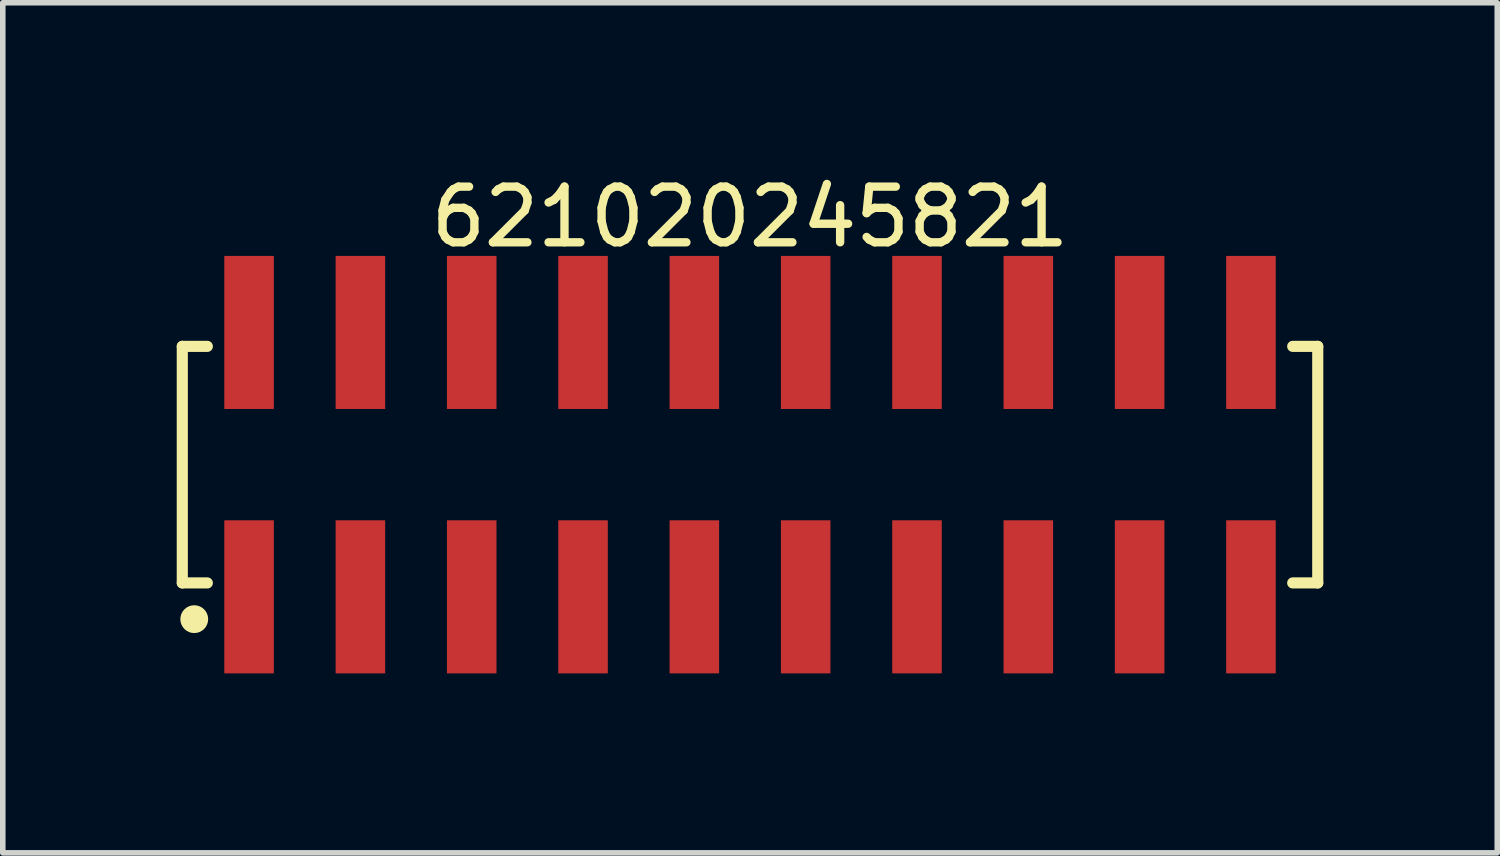
<source format=kicad_pcb>
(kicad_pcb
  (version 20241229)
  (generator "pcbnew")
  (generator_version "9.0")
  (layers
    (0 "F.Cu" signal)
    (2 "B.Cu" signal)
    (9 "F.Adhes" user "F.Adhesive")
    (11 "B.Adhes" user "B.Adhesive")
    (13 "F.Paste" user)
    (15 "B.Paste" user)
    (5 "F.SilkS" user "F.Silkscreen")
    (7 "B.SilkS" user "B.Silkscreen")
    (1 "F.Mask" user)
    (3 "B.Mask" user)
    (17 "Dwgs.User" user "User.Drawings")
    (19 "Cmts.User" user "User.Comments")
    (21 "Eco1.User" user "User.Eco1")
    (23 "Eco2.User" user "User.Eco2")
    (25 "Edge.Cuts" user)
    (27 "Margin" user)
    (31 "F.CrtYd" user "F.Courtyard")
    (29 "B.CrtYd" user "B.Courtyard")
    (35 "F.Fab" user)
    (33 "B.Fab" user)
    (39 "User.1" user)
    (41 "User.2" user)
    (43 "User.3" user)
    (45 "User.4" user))
  (footprint "621020245821"
    (layer "F.Cu")
    (at 10.425 5.298)
    (property "Reference" "621020245821" (at 0 -4.45 0) (layer "F.SilkS") (effects (font (size 1 1) (thickness 0.15))))
    (fp_line (start -10.2 -2.125) (end -9.75 -2.125) (stroke (width 0.2) (type solid)) (layer "F.SilkS"))
    (fp_line (start -10.2 2.125) (end -10.2 -2.125) (stroke (width 0.2) (type solid)) (layer "F.SilkS"))
    (fp_line (start -10.2 2.125) (end -9.75 2.125) (stroke (width 0.2) (type solid)) (layer "F.SilkS"))
    (fp_line (start 9.75 -2.125) (end 10.2 -2.125) (stroke (width 0.2) (type solid)) (layer "F.SilkS"))
    (fp_line (start 9.75 2.125) (end 10.2 2.125) (stroke (width 0.2) (type solid)) (layer "F.SilkS"))
    (fp_line (start 10.2 2.125) (end 10.2 -2.125) (stroke (width 0.2) (type solid)) (layer "F.SilkS"))
    (fp_circle (center -9.985 2.776) (end -9.985 2.651) (stroke (width 0.25) (type solid)) (fill no) (layer "F.SilkS"))
    (fp_line (start -10.4 -3.95) (end 10.4 -3.95) (stroke (width 0.05) (type solid)) (layer "Eco2.User"))
    (fp_line (start -10.4 3.95) (end -10.4 -3.95) (stroke (width 0.05) (type solid)) (layer "Eco2.User"))
    (fp_line (start -10.4 3.95) (end 10.4 3.95) (stroke (width 0.05) (type solid)) (layer "Eco2.User"))
    (fp_line (start -10 -2) (end 10 -2) (stroke (width 0.1) (type solid)) (layer "Eco2.User"))
    (fp_line (start -10 2) (end -10 -2) (stroke (width 0.1) (type solid)) (layer "Eco2.User"))
    (fp_line (start -10 2) (end 10 2) (stroke (width 0.1) (type solid)) (layer "Eco2.User"))
    (fp_line (start -9.25 -3.1) (end -8.75 -3.1) (stroke (width 0.1) (type solid)) (layer "Eco2.User"))
    (fp_line (start -9.25 -2) (end -9.25 -3.1) (stroke (width 0.1) (type solid)) (layer "Eco2.User"))
    (fp_line (start -9.25 3.1) (end -9.25 2) (stroke (width 0.1) (type solid)) (layer "Eco2.User"))
    (fp_line (start -9.25 3.1) (end -8.75 3.1) (stroke (width 0.1) (type solid)) (layer "Eco2.User"))
    (fp_line (start -8.75 -2) (end -8.75 -3.1) (stroke (width 0.1) (type solid)) (layer "Eco2.User"))
    (fp_line (start -8.75 3.1) (end -8.75 2) (stroke (width 0.1) (type solid)) (layer "Eco2.User"))
    (fp_line (start -7.25 -3.1) (end -6.75 -3.1) (stroke (width 0.1) (type solid)) (layer "Eco2.User"))
    (fp_line (start -7.25 -2) (end -7.25 -3.1) (stroke (width 0.1) (type solid)) (layer "Eco2.User"))
    (fp_line (start -7.25 3.1) (end -7.25 2) (stroke (width 0.1) (type solid)) (layer "Eco2.User"))
    (fp_line (start -7.25 3.1) (end -6.75 3.1) (stroke (width 0.1) (type solid)) (layer "Eco2.User"))
    (fp_line (start -6.75 -2) (end -6.75 -3.1) (stroke (width 0.1) (type solid)) (layer "Eco2.User"))
    (fp_line (start -6.75 3.1) (end -6.75 2) (stroke (width 0.1) (type solid)) (layer "Eco2.User"))
    (fp_line (start -5.25 -3.1) (end -4.75 -3.1) (stroke (width 0.1) (type solid)) (layer "Eco2.User"))
    (fp_line (start -5.25 -2) (end -5.25 -3.1) (stroke (width 0.1) (type solid)) (layer "Eco2.User"))
    (fp_line (start -5.25 3.1) (end -5.25 2) (stroke (width 0.1) (type solid)) (layer "Eco2.User"))
    (fp_line (start -5.25 3.1) (end -4.75 3.1) (stroke (width 0.1) (type solid)) (layer "Eco2.User"))
    (fp_line (start -4.75 -2) (end -4.75 -3.1) (stroke (width 0.1) (type solid)) (layer "Eco2.User"))
    (fp_line (start -4.75 3.1) (end -4.75 2) (stroke (width 0.1) (type solid)) (layer "Eco2.User"))
    (fp_line (start -3.25 -3.1) (end -2.75 -3.1) (stroke (width 0.1) (type solid)) (layer "Eco2.User"))
    (fp_line (start -3.25 -2) (end -3.25 -3.1) (stroke (width 0.1) (type solid)) (layer "Eco2.User"))
    (fp_line (start -3.25 3.1) (end -3.25 2) (stroke (width 0.1) (type solid)) (layer "Eco2.User"))
    (fp_line (start -3.25 3.1) (end -2.75 3.1) (stroke (width 0.1) (type solid)) (layer "Eco2.User"))
    (fp_line (start -2.75 -2) (end -2.75 -3.1) (stroke (width 0.1) (type solid)) (layer "Eco2.User"))
    (fp_line (start -2.75 3.1) (end -2.75 2) (stroke (width 0.1) (type solid)) (layer "Eco2.User"))
    (fp_line (start -1.25 -3.1) (end -0.75 -3.1) (stroke (width 0.1) (type solid)) (layer "Eco2.User"))
    (fp_line (start -1.25 -2) (end -1.25 -3.1) (stroke (width 0.1) (type solid)) (layer "Eco2.User"))
    (fp_line (start -1.25 3.1) (end -1.25 2) (stroke (width 0.1) (type solid)) (layer "Eco2.User"))
    (fp_line (start -1.25 3.1) (end -0.75 3.1) (stroke (width 0.1) (type solid)) (layer "Eco2.User"))
    (fp_line (start -0.75 -2) (end -0.75 -3.1) (stroke (width 0.1) (type solid)) (layer "Eco2.User"))
    (fp_line (start -0.75 3.1) (end -0.75 2) (stroke (width 0.1) (type solid)) (layer "Eco2.User"))
    (fp_line (start -0.5 0) (end 0.5 0) (stroke (width 0.05) (type solid)) (layer "Eco2.User"))
    (fp_line (start 0 0.5) (end 0 -0.5) (stroke (width 0.05) (type solid)) (layer "Eco2.User"))
    (fp_line (start 0.75 -3.1) (end 1.25 -3.1) (stroke (width 0.1) (type solid)) (layer "Eco2.User"))
    (fp_line (start 0.75 -2) (end 0.75 -3.1) (stroke (width 0.1) (type solid)) (layer "Eco2.User"))
    (fp_line (start 0.75 3.1) (end 0.75 2) (stroke (width 0.1) (type solid)) (layer "Eco2.User"))
    (fp_line (start 0.75 3.1) (end 1.25 3.1) (stroke (width 0.1) (type solid)) (layer "Eco2.User"))
    (fp_line (start 1.25 -2) (end 1.25 -3.1) (stroke (width 0.1) (type solid)) (layer "Eco2.User"))
    (fp_line (start 1.25 3.1) (end 1.25 2) (stroke (width 0.1) (type solid)) (layer "Eco2.User"))
    (fp_line (start 2.75 -3.1) (end 3.25 -3.1) (stroke (width 0.1) (type solid)) (layer "Eco2.User"))
    (fp_line (start 2.75 -2) (end 2.75 -3.1) (stroke (width 0.1) (type solid)) (layer "Eco2.User"))
    (fp_line (start 2.75 3.1) (end 2.75 2) (stroke (width 0.1) (type solid)) (layer "Eco2.User"))
    (fp_line (start 2.75 3.1) (end 3.25 3.1) (stroke (width 0.1) (type solid)) (layer "Eco2.User"))
    (fp_line (start 3.25 -2) (end 3.25 -3.1) (stroke (width 0.1) (type solid)) (layer "Eco2.User"))
    (fp_line (start 3.25 3.1) (end 3.25 2) (stroke (width 0.1) (type solid)) (layer "Eco2.User"))
    (fp_line (start 4.75 -3.1) (end 5.25 -3.1) (stroke (width 0.1) (type solid)) (layer "Eco2.User"))
    (fp_line (start 4.75 -2) (end 4.75 -3.1) (stroke (width 0.1) (type solid)) (layer "Eco2.User"))
    (fp_line (start 4.75 3.1) (end 4.75 2) (stroke (width 0.1) (type solid)) (layer "Eco2.User"))
    (fp_line (start 4.75 3.1) (end 5.25 3.1) (stroke (width 0.1) (type solid)) (layer "Eco2.User"))
    (fp_line (start 5.25 -2) (end 5.25 -3.1) (stroke (width 0.1) (type solid)) (layer "Eco2.User"))
    (fp_line (start 5.25 3.1) (end 5.25 2) (stroke (width 0.1) (type solid)) (layer "Eco2.User"))
    (fp_line (start 6.75 -3.1) (end 7.25 -3.1) (stroke (width 0.1) (type solid)) (layer "Eco2.User"))
    (fp_line (start 6.75 -2) (end 6.75 -3.1) (stroke (width 0.1) (type solid)) (layer "Eco2.User"))
    (fp_line (start 6.75 3.1) (end 6.75 2) (stroke (width 0.1) (type solid)) (layer "Eco2.User"))
    (fp_line (start 6.75 3.1) (end 7.25 3.1) (stroke (width 0.1) (type solid)) (layer "Eco2.User"))
    (fp_line (start 7.25 -2) (end 7.25 -3.1) (stroke (width 0.1) (type solid)) (layer "Eco2.User"))
    (fp_line (start 7.25 3.1) (end 7.25 2) (stroke (width 0.1) (type solid)) (layer "Eco2.User"))
    (fp_line (start 8.75 -3.1) (end 9.25 -3.1) (stroke (width 0.1) (type solid)) (layer "Eco2.User"))
    (fp_line (start 8.75 -2) (end 8.75 -3.1) (stroke (width 0.1) (type solid)) (layer "Eco2.User"))
    (fp_line (start 8.75 3.1) (end 8.75 2) (stroke (width 0.1) (type solid)) (layer "Eco2.User"))
    (fp_line (start 8.75 3.1) (end 9.25 3.1) (stroke (width 0.1) (type solid)) (layer "Eco2.User"))
    (fp_line (start 9.25 -2) (end 9.25 -3.1) (stroke (width 0.1) (type solid)) (layer "Eco2.User"))
    (fp_line (start 9.25 3.1) (end 9.25 2) (stroke (width 0.1) (type solid)) (layer "Eco2.User"))
    (fp_line (start 10 2) (end 10 -2) (stroke (width 0.1) (type solid)) (layer "Eco2.User"))
    (fp_line (start 10.4 3.95) (end 10.4 -3.95) (stroke (width 0.05) (type solid)) (layer "Eco2.User"))
    (fp_text user "${REFERENCE}" (at 0.15 -0.197 0) (unlocked yes) (layer "User.3") (effects (font (size 1.5 1.5) (thickness 0.15))))
    (pad "1" smd rect (at -9 2.375) (size 0.89 2.75) (layers "F.Cu" "F.Mask" "F.Paste"))
    (pad "2" smd rect (at -9 -2.375) (size 0.89 2.75) (layers "F.Cu" "F.Mask" "F.Paste"))
    (pad "3" smd rect (at -7 2.375) (size 0.89 2.75) (layers "F.Cu" "F.Mask" "F.Paste"))
    (pad "4" smd rect (at -7 -2.375) (size 0.89 2.75) (layers "F.Cu" "F.Mask" "F.Paste"))
    (pad "5" smd rect (at -5 2.375) (size 0.89 2.75) (layers "F.Cu" "F.Mask" "F.Paste"))
    (pad "6" smd rect (at -5 -2.375) (size 0.89 2.75) (layers "F.Cu" "F.Mask" "F.Paste"))
    (pad "7" smd rect (at -3 2.375) (size 0.89 2.75) (layers "F.Cu" "F.Mask" "F.Paste"))
    (pad "8" smd rect (at -3 -2.375) (size 0.89 2.75) (layers "F.Cu" "F.Mask" "F.Paste"))
    (pad "9" smd rect (at -1 2.375) (size 0.89 2.75) (layers "F.Cu" "F.Mask" "F.Paste"))
    (pad "10" smd rect (at -1 -2.375) (size 0.89 2.75) (layers "F.Cu" "F.Mask" "F.Paste"))
    (pad "11" smd rect (at 1 2.375) (size 0.89 2.75) (layers "F.Cu" "F.Mask" "F.Paste"))
    (pad "12" smd rect (at 1 -2.375) (size 0.89 2.75) (layers "F.Cu" "F.Mask" "F.Paste"))
    (pad "13" smd rect (at 3 2.375) (size 0.89 2.75) (layers "F.Cu" "F.Mask" "F.Paste"))
    (pad "14" smd rect (at 3 -2.375) (size 0.89 2.75) (layers "F.Cu" "F.Mask" "F.Paste"))
    (pad "15" smd rect (at 5 2.375) (size 0.89 2.75) (layers "F.Cu" "F.Mask" "F.Paste"))
    (pad "16" smd rect (at 5 -2.375) (size 0.89 2.75) (layers "F.Cu" "F.Mask" "F.Paste"))
    (pad "17" smd rect (at 7 2.375) (size 0.89 2.75) (layers "F.Cu" "F.Mask" "F.Paste"))
    (pad "18" smd rect (at 7 -2.375) (size 0.89 2.75) (layers "F.Cu" "F.Mask" "F.Paste"))
    (pad "19" smd rect (at 9 2.375) (size 0.89 2.75) (layers "F.Cu" "F.Mask" "F.Paste"))
    (pad "20" smd rect (at 9 -2.375) (size 0.89 2.75) (layers "F.Cu" "F.Mask" "F.Paste")))
  (gr_rect
    (start -3 -3)
    (end 23.85 12.273)
    (stroke (width 0.1) (type default))
    (fill no)
    (layer "Edge.Cuts")))
</source>
